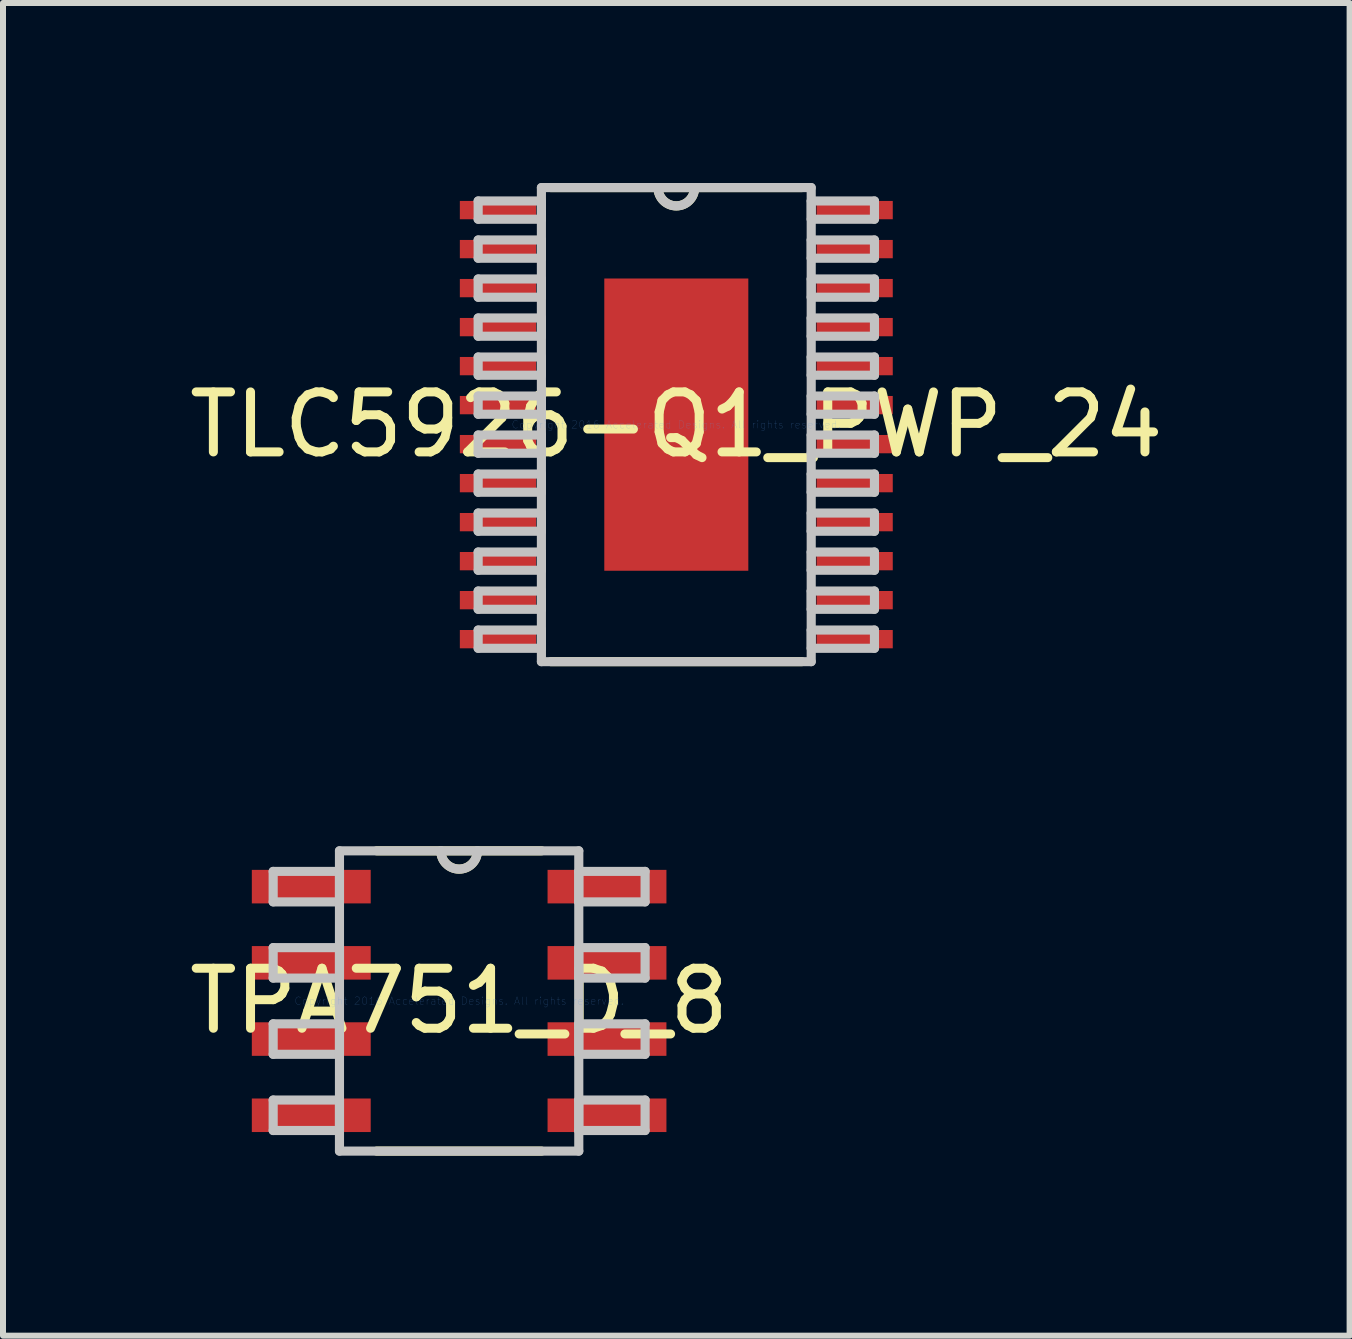
<source format=kicad_pcb>
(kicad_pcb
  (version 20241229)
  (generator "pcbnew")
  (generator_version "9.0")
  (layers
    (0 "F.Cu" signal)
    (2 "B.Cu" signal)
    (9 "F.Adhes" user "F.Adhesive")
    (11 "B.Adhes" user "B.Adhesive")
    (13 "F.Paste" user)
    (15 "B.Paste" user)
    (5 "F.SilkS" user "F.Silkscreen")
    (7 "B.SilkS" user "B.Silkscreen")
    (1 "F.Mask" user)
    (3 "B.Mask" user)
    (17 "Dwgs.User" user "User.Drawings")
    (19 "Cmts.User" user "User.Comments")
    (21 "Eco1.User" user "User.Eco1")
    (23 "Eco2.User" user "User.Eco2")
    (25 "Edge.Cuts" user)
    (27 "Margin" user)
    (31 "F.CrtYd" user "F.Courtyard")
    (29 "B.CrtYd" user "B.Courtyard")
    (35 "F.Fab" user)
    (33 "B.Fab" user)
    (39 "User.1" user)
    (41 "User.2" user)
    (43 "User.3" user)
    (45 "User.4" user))
  (footprint "TPA751_D_8"
    (layer "F.Cu")
    (at 4.601 13.63)
    (property "Reference" "TPA751_D_8" (at 0 0 0) (layer "F.SilkS") (effects (font (size 1 1) (thickness 0.15))))
    (attr through_hole)
    (fp_line (start -1.374 2.502) (end 1.374 2.502) (stroke (width 0.152) (type solid)) (layer "F.SilkS"))
    (fp_line (start 1.374 -2.502) (end -1.374 -2.502) (stroke (width 0.152) (type solid)) (layer "F.SilkS"))
    (fp_arc (start 0.3048 -2.5019) (mid 0 -2.1971) (end -0.3048 -2.5019) (stroke (width 0.1524) (type solid)) (layer "F.SilkS"))
    (fp_line (start -3.099 -2.159) (end -3.099 -1.651) (stroke (width 0.152) (type solid)) (layer "Dwgs.User"))
    (fp_line (start -3.099 -1.651) (end -1.994 -1.651) (stroke (width 0.152) (type solid)) (layer "Dwgs.User"))
    (fp_line (start -3.099 -0.889) (end -3.099 -0.381) (stroke (width 0.152) (type solid)) (layer "Dwgs.User"))
    (fp_line (start -3.099 -0.381) (end -1.994 -0.381) (stroke (width 0.152) (type solid)) (layer "Dwgs.User"))
    (fp_line (start -3.099 0.381) (end -3.099 0.889) (stroke (width 0.152) (type solid)) (layer "Dwgs.User"))
    (fp_line (start -3.099 0.889) (end -1.994 0.889) (stroke (width 0.152) (type solid)) (layer "Dwgs.User"))
    (fp_line (start -3.099 1.651) (end -3.099 2.159) (stroke (width 0.152) (type solid)) (layer "Dwgs.User"))
    (fp_line (start -3.099 2.159) (end -1.994 2.159) (stroke (width 0.152) (type solid)) (layer "Dwgs.User"))
    (fp_line (start -1.994 -2.502) (end -1.994 2.502) (stroke (width 0.152) (type solid)) (layer "Dwgs.User"))
    (fp_line (start -1.994 -2.159) (end -3.099 -2.159) (stroke (width 0.152) (type solid)) (layer "Dwgs.User"))
    (fp_line (start -1.994 -1.651) (end -1.994 -2.159) (stroke (width 0.152) (type solid)) (layer "Dwgs.User"))
    (fp_line (start -1.994 -0.889) (end -3.099 -0.889) (stroke (width 0.152) (type solid)) (layer "Dwgs.User"))
    (fp_line (start -1.994 -0.381) (end -1.994 -0.889) (stroke (width 0.152) (type solid)) (layer "Dwgs.User"))
    (fp_line (start -1.994 0.381) (end -3.099 0.381) (stroke (width 0.152) (type solid)) (layer "Dwgs.User"))
    (fp_line (start -1.994 0.889) (end -1.994 0.381) (stroke (width 0.152) (type solid)) (layer "Dwgs.User"))
    (fp_line (start -1.994 1.651) (end -3.099 1.651) (stroke (width 0.152) (type solid)) (layer "Dwgs.User"))
    (fp_line (start -1.994 2.159) (end -1.994 1.651) (stroke (width 0.152) (type solid)) (layer "Dwgs.User"))
    (fp_line (start -1.994 2.502) (end 1.994 2.502) (stroke (width 0.152) (type solid)) (layer "Dwgs.User"))
    (fp_line (start 1.994 -2.502) (end -1.994 -2.502) (stroke (width 0.152) (type solid)) (layer "Dwgs.User"))
    (fp_line (start 1.994 -2.159) (end 1.994 -1.651) (stroke (width 0.152) (type solid)) (layer "Dwgs.User"))
    (fp_line (start 1.994 -1.651) (end 3.099 -1.651) (stroke (width 0.152) (type solid)) (layer "Dwgs.User"))
    (fp_line (start 1.994 -0.889) (end 1.994 -0.381) (stroke (width 0.152) (type solid)) (layer "Dwgs.User"))
    (fp_line (start 1.994 -0.381) (end 3.099 -0.381) (stroke (width 0.152) (type solid)) (layer "Dwgs.User"))
    (fp_line (start 1.994 0.381) (end 1.994 0.889) (stroke (width 0.152) (type solid)) (layer "Dwgs.User"))
    (fp_line (start 1.994 0.889) (end 3.099 0.889) (stroke (width 0.152) (type solid)) (layer "Dwgs.User"))
    (fp_line (start 1.994 1.651) (end 1.994 2.159) (stroke (width 0.152) (type solid)) (layer "Dwgs.User"))
    (fp_line (start 1.994 2.159) (end 3.099 2.159) (stroke (width 0.152) (type solid)) (layer "Dwgs.User"))
    (fp_line (start 1.994 2.502) (end 1.994 -2.502) (stroke (width 0.152) (type solid)) (layer "Dwgs.User"))
    (fp_line (start 3.099 -2.159) (end 1.994 -2.159) (stroke (width 0.152) (type solid)) (layer "Dwgs.User"))
    (fp_line (start 3.099 -1.651) (end 3.099 -2.159) (stroke (width 0.152) (type solid)) (layer "Dwgs.User"))
    (fp_line (start 3.099 -0.889) (end 1.994 -0.889) (stroke (width 0.152) (type solid)) (layer "Dwgs.User"))
    (fp_line (start 3.099 -0.381) (end 3.099 -0.889) (stroke (width 0.152) (type solid)) (layer "Dwgs.User"))
    (fp_line (start 3.099 0.381) (end 1.994 0.381) (stroke (width 0.152) (type solid)) (layer "Dwgs.User"))
    (fp_line (start 3.099 0.889) (end 3.099 0.381) (stroke (width 0.152) (type solid)) (layer "Dwgs.User"))
    (fp_line (start 3.099 1.651) (end 1.994 1.651) (stroke (width 0.152) (type solid)) (layer "Dwgs.User"))
    (fp_line (start 3.099 2.159) (end 3.099 1.651) (stroke (width 0.152) (type solid)) (layer "Dwgs.User"))
    (fp_arc (start 0.3048 -2.5019) (mid 0 -2.1971) (end -0.3048 -2.5019) (stroke (width 0.1524) (type solid)) (layer "Dwgs.User"))
    (fp_text user "Copyright 2016 Accelerated Designs. All rights reserved." (at 0 0 0) (layer "Cmts.User") (effects (font (size 0.127 0.127) (thickness 0.002))))
    (pad "1" smd rect (at -2.464 -1.905) (size 1.981 0.559) (layers "F.Cu" "F.Mask" "F.Paste"))
    (pad "2" smd rect (at -2.464 -0.635) (size 1.981 0.559) (layers "F.Cu" "F.Mask" "F.Paste"))
    (pad "3" smd rect (at -2.464 0.635) (size 1.981 0.559) (layers "F.Cu" "F.Mask" "F.Paste"))
    (pad "4" smd rect (at -2.464 1.905) (size 1.981 0.559) (layers "F.Cu" "F.Mask" "F.Paste"))
    (pad "5" smd rect (at 2.464 1.905) (size 1.981 0.559) (layers "F.Cu" "F.Mask" "F.Paste"))
    (pad "6" smd rect (at 2.464 0.635) (size 1.981 0.559) (layers "F.Cu" "F.Mask" "F.Paste"))
    (pad "7" smd rect (at 2.464 -0.635) (size 1.981 0.559) (layers "F.Cu" "F.Mask" "F.Paste"))
    (pad "8" smd rect (at 2.464 -1.905) (size 1.981 0.559) (layers "F.Cu" "F.Mask" "F.Paste")))
  (footprint "TLC5926-Q1_PWP_24"
    (layer "F.Cu")
    (at 8.22 4.026)
    (property "Reference" "TLC5926-Q1_PWP_24" (at 0 0 0) (layer "F.SilkS") (effects (font (size 1 1) (thickness 0.15))))
    (attr through_hole)
    (fp_line (start -2.089 3.95) (end 2.089 3.95) (stroke (width 0.152) (type solid)) (layer "F.SilkS"))
    (fp_line (start 2.089 -3.95) (end -2.089 -3.95) (stroke (width 0.152) (type solid)) (layer "F.SilkS"))
    (fp_arc (start 0.3048 -3.9497) (mid 0 -3.6449) (end -0.3048 -3.9497) (stroke (width 0.1524) (type solid)) (layer "F.SilkS"))
    (fp_line (start -3.302 -3.727) (end -3.302 -3.423) (stroke (width 0.152) (type solid)) (layer "Dwgs.User"))
    (fp_line (start -3.302 -3.423) (end -2.248 -3.423) (stroke (width 0.152) (type solid)) (layer "Dwgs.User"))
    (fp_line (start -3.302 -3.077) (end -3.302 -2.773) (stroke (width 0.152) (type solid)) (layer "Dwgs.User"))
    (fp_line (start -3.302 -2.773) (end -2.248 -2.773) (stroke (width 0.152) (type solid)) (layer "Dwgs.User"))
    (fp_line (start -3.302 -2.427) (end -3.302 -2.123) (stroke (width 0.152) (type solid)) (layer "Dwgs.User"))
    (fp_line (start -3.302 -2.123) (end -2.248 -2.123) (stroke (width 0.152) (type solid)) (layer "Dwgs.User"))
    (fp_line (start -3.302 -1.777) (end -3.302 -1.473) (stroke (width 0.152) (type solid)) (layer "Dwgs.User"))
    (fp_line (start -3.302 -1.473) (end -2.248 -1.473) (stroke (width 0.152) (type solid)) (layer "Dwgs.User"))
    (fp_line (start -3.302 -1.127) (end -3.302 -0.823) (stroke (width 0.152) (type solid)) (layer "Dwgs.User"))
    (fp_line (start -3.302 -0.823) (end -2.248 -0.823) (stroke (width 0.152) (type solid)) (layer "Dwgs.User"))
    (fp_line (start -3.302 -0.477) (end -3.302 -0.173) (stroke (width 0.152) (type solid)) (layer "Dwgs.User"))
    (fp_line (start -3.302 -0.173) (end -2.248 -0.173) (stroke (width 0.152) (type solid)) (layer "Dwgs.User"))
    (fp_line (start -3.302 0.173) (end -3.302 0.477) (stroke (width 0.152) (type solid)) (layer "Dwgs.User"))
    (fp_line (start -3.302 0.477) (end -2.248 0.477) (stroke (width 0.152) (type solid)) (layer "Dwgs.User"))
    (fp_line (start -3.302 0.823) (end -3.302 1.127) (stroke (width 0.152) (type solid)) (layer "Dwgs.User"))
    (fp_line (start -3.302 1.127) (end -2.248 1.127) (stroke (width 0.152) (type solid)) (layer "Dwgs.User"))
    (fp_line (start -3.302 1.473) (end -3.302 1.777) (stroke (width 0.152) (type solid)) (layer "Dwgs.User"))
    (fp_line (start -3.302 1.777) (end -2.248 1.777) (stroke (width 0.152) (type solid)) (layer "Dwgs.User"))
    (fp_line (start -3.302 2.123) (end -3.302 2.427) (stroke (width 0.152) (type solid)) (layer "Dwgs.User"))
    (fp_line (start -3.302 2.427) (end -2.248 2.427) (stroke (width 0.152) (type solid)) (layer "Dwgs.User"))
    (fp_line (start -3.302 2.773) (end -3.302 3.077) (stroke (width 0.152) (type solid)) (layer "Dwgs.User"))
    (fp_line (start -3.302 3.077) (end -2.248 3.077) (stroke (width 0.152) (type solid)) (layer "Dwgs.User"))
    (fp_line (start -3.302 3.423) (end -3.302 3.727) (stroke (width 0.152) (type solid)) (layer "Dwgs.User"))
    (fp_line (start -3.302 3.727) (end -2.248 3.727) (stroke (width 0.152) (type solid)) (layer "Dwgs.User"))
    (fp_line (start -2.248 -3.95) (end -2.248 3.95) (stroke (width 0.152) (type solid)) (layer "Dwgs.User"))
    (fp_line (start -2.248 -3.727) (end -3.302 -3.727) (stroke (width 0.152) (type solid)) (layer "Dwgs.User"))
    (fp_line (start -2.248 -3.423) (end -2.248 -3.727) (stroke (width 0.152) (type solid)) (layer "Dwgs.User"))
    (fp_line (start -2.248 -3.077) (end -3.302 -3.077) (stroke (width 0.152) (type solid)) (layer "Dwgs.User"))
    (fp_line (start -2.248 -2.773) (end -2.248 -3.077) (stroke (width 0.152) (type solid)) (layer "Dwgs.User"))
    (fp_line (start -2.248 -2.427) (end -3.302 -2.427) (stroke (width 0.152) (type solid)) (layer "Dwgs.User"))
    (fp_line (start -2.248 -2.123) (end -2.248 -2.427) (stroke (width 0.152) (type solid)) (layer "Dwgs.User"))
    (fp_line (start -2.248 -1.777) (end -3.302 -1.777) (stroke (width 0.152) (type solid)) (layer "Dwgs.User"))
    (fp_line (start -2.248 -1.473) (end -2.248 -1.777) (stroke (width 0.152) (type solid)) (layer "Dwgs.User"))
    (fp_line (start -2.248 -1.127) (end -3.302 -1.127) (stroke (width 0.152) (type solid)) (layer "Dwgs.User"))
    (fp_line (start -2.248 -0.823) (end -2.248 -1.127) (stroke (width 0.152) (type solid)) (layer "Dwgs.User"))
    (fp_line (start -2.248 -0.477) (end -3.302 -0.477) (stroke (width 0.152) (type solid)) (layer "Dwgs.User"))
    (fp_line (start -2.248 -0.173) (end -2.248 -0.477) (stroke (width 0.152) (type solid)) (layer "Dwgs.User"))
    (fp_line (start -2.248 0.173) (end -3.302 0.173) (stroke (width 0.152) (type solid)) (layer "Dwgs.User"))
    (fp_line (start -2.248 0.477) (end -2.248 0.173) (stroke (width 0.152) (type solid)) (layer "Dwgs.User"))
    (fp_line (start -2.248 0.823) (end -3.302 0.823) (stroke (width 0.152) (type solid)) (layer "Dwgs.User"))
    (fp_line (start -2.248 1.127) (end -2.248 0.823) (stroke (width 0.152) (type solid)) (layer "Dwgs.User"))
    (fp_line (start -2.248 1.473) (end -3.302 1.473) (stroke (width 0.152) (type solid)) (layer "Dwgs.User"))
    (fp_line (start -2.248 1.777) (end -2.248 1.473) (stroke (width 0.152) (type solid)) (layer "Dwgs.User"))
    (fp_line (start -2.248 2.123) (end -3.302 2.123) (stroke (width 0.152) (type solid)) (layer "Dwgs.User"))
    (fp_line (start -2.248 2.427) (end -2.248 2.123) (stroke (width 0.152) (type solid)) (layer "Dwgs.User"))
    (fp_line (start -2.248 2.773) (end -3.302 2.773) (stroke (width 0.152) (type solid)) (layer "Dwgs.User"))
    (fp_line (start -2.248 3.077) (end -2.248 2.773) (stroke (width 0.152) (type solid)) (layer "Dwgs.User"))
    (fp_line (start -2.248 3.423) (end -3.302 3.423) (stroke (width 0.152) (type solid)) (layer "Dwgs.User"))
    (fp_line (start -2.248 3.727) (end -2.248 3.423) (stroke (width 0.152) (type solid)) (layer "Dwgs.User"))
    (fp_line (start -2.248 3.95) (end 2.248 3.95) (stroke (width 0.152) (type solid)) (layer "Dwgs.User"))
    (fp_line (start 2.248 -3.95) (end -2.248 -3.95) (stroke (width 0.152) (type solid)) (layer "Dwgs.User"))
    (fp_line (start 2.248 -3.727) (end 2.248 -3.423) (stroke (width 0.152) (type solid)) (layer "Dwgs.User"))
    (fp_line (start 2.248 -3.423) (end 3.302 -3.423) (stroke (width 0.152) (type solid)) (layer "Dwgs.User"))
    (fp_line (start 2.248 -3.077) (end 2.248 -2.773) (stroke (width 0.152) (type solid)) (layer "Dwgs.User"))
    (fp_line (start 2.248 -2.773) (end 3.302 -2.773) (stroke (width 0.152) (type solid)) (layer "Dwgs.User"))
    (fp_line (start 2.248 -2.427) (end 2.248 -2.123) (stroke (width 0.152) (type solid)) (layer "Dwgs.User"))
    (fp_line (start 2.248 -2.123) (end 3.302 -2.123) (stroke (width 0.152) (type solid)) (layer "Dwgs.User"))
    (fp_line (start 2.248 -1.777) (end 2.248 -1.473) (stroke (width 0.152) (type solid)) (layer "Dwgs.User"))
    (fp_line (start 2.248 -1.473) (end 3.302 -1.473) (stroke (width 0.152) (type solid)) (layer "Dwgs.User"))
    (fp_line (start 2.248 -1.127) (end 2.248 -0.823) (stroke (width 0.152) (type solid)) (layer "Dwgs.User"))
    (fp_line (start 2.248 -0.823) (end 3.302 -0.823) (stroke (width 0.152) (type solid)) (layer "Dwgs.User"))
    (fp_line (start 2.248 -0.477) (end 2.248 -0.173) (stroke (width 0.152) (type solid)) (layer "Dwgs.User"))
    (fp_line (start 2.248 -0.173) (end 3.302 -0.173) (stroke (width 0.152) (type solid)) (layer "Dwgs.User"))
    (fp_line (start 2.248 0.173) (end 2.248 0.477) (stroke (width 0.152) (type solid)) (layer "Dwgs.User"))
    (fp_line (start 2.248 0.477) (end 3.302 0.477) (stroke (width 0.152) (type solid)) (layer "Dwgs.User"))
    (fp_line (start 2.248 0.823) (end 2.248 1.127) (stroke (width 0.152) (type solid)) (layer "Dwgs.User"))
    (fp_line (start 2.248 1.127) (end 3.302 1.127) (stroke (width 0.152) (type solid)) (layer "Dwgs.User"))
    (fp_line (start 2.248 1.473) (end 2.248 1.777) (stroke (width 0.152) (type solid)) (layer "Dwgs.User"))
    (fp_line (start 2.248 1.777) (end 3.302 1.777) (stroke (width 0.152) (type solid)) (layer "Dwgs.User"))
    (fp_line (start 2.248 2.123) (end 2.248 2.427) (stroke (width 0.152) (type solid)) (layer "Dwgs.User"))
    (fp_line (start 2.248 2.427) (end 3.302 2.427) (stroke (width 0.152) (type solid)) (layer "Dwgs.User"))
    (fp_line (start 2.248 2.773) (end 2.248 3.077) (stroke (width 0.152) (type solid)) (layer "Dwgs.User"))
    (fp_line (start 2.248 3.077) (end 3.302 3.077) (stroke (width 0.152) (type solid)) (layer "Dwgs.User"))
    (fp_line (start 2.248 3.423) (end 2.248 3.727) (stroke (width 0.152) (type solid)) (layer "Dwgs.User"))
    (fp_line (start 2.248 3.727) (end 3.302 3.727) (stroke (width 0.152) (type solid)) (layer "Dwgs.User"))
    (fp_line (start 2.248 3.95) (end 2.248 -3.95) (stroke (width 0.152) (type solid)) (layer "Dwgs.User"))
    (fp_line (start 3.302 -3.727) (end 2.248 -3.727) (stroke (width 0.152) (type solid)) (layer "Dwgs.User"))
    (fp_line (start 3.302 -3.423) (end 3.302 -3.727) (stroke (width 0.152) (type solid)) (layer "Dwgs.User"))
    (fp_line (start 3.302 -3.077) (end 2.248 -3.077) (stroke (width 0.152) (type solid)) (layer "Dwgs.User"))
    (fp_line (start 3.302 -2.773) (end 3.302 -3.077) (stroke (width 0.152) (type solid)) (layer "Dwgs.User"))
    (fp_line (start 3.302 -2.427) (end 2.248 -2.427) (stroke (width 0.152) (type solid)) (layer "Dwgs.User"))
    (fp_line (start 3.302 -2.123) (end 3.302 -2.427) (stroke (width 0.152) (type solid)) (layer "Dwgs.User"))
    (fp_line (start 3.302 -1.777) (end 2.248 -1.777) (stroke (width 0.152) (type solid)) (layer "Dwgs.User"))
    (fp_line (start 3.302 -1.473) (end 3.302 -1.777) (stroke (width 0.152) (type solid)) (layer "Dwgs.User"))
    (fp_line (start 3.302 -1.127) (end 2.248 -1.127) (stroke (width 0.152) (type solid)) (layer "Dwgs.User"))
    (fp_line (start 3.302 -0.823) (end 3.302 -1.127) (stroke (width 0.152) (type solid)) (layer "Dwgs.User"))
    (fp_line (start 3.302 -0.477) (end 2.248 -0.477) (stroke (width 0.152) (type solid)) (layer "Dwgs.User"))
    (fp_line (start 3.302 -0.173) (end 3.302 -0.477) (stroke (width 0.152) (type solid)) (layer "Dwgs.User"))
    (fp_line (start 3.302 0.173) (end 2.248 0.173) (stroke (width 0.152) (type solid)) (layer "Dwgs.User"))
    (fp_line (start 3.302 0.477) (end 3.302 0.173) (stroke (width 0.152) (type solid)) (layer "Dwgs.User"))
    (fp_line (start 3.302 0.823) (end 2.248 0.823) (stroke (width 0.152) (type solid)) (layer "Dwgs.User"))
    (fp_line (start 3.302 1.127) (end 3.302 0.823) (stroke (width 0.152) (type solid)) (layer "Dwgs.User"))
    (fp_line (start 3.302 1.473) (end 2.248 1.473) (stroke (width 0.152) (type solid)) (layer "Dwgs.User"))
    (fp_line (start 3.302 1.777) (end 3.302 1.473) (stroke (width 0.152) (type solid)) (layer "Dwgs.User"))
    (fp_line (start 3.302 2.123) (end 2.248 2.123) (stroke (width 0.152) (type solid)) (layer "Dwgs.User"))
    (fp_line (start 3.302 2.427) (end 3.302 2.123) (stroke (width 0.152) (type solid)) (layer "Dwgs.User"))
    (fp_line (start 3.302 2.773) (end 2.248 2.773) (stroke (width 0.152) (type solid)) (layer "Dwgs.User"))
    (fp_line (start 3.302 3.077) (end 3.302 2.773) (stroke (width 0.152) (type solid)) (layer "Dwgs.User"))
    (fp_line (start 3.302 3.423) (end 2.248 3.423) (stroke (width 0.152) (type solid)) (layer "Dwgs.User"))
    (fp_line (start 3.302 3.727) (end 3.302 3.423) (stroke (width 0.152) (type solid)) (layer "Dwgs.User"))
    (fp_arc (start 0.3048 -3.9497) (mid 0 -3.6449) (end -0.3048 -3.9497) (stroke (width 0.1524) (type solid)) (layer "Dwgs.User"))
    (fp_text user "Copyright 2016 Accelerated Designs. All rights reserved." (at 0 0 0) (layer "Cmts.User") (effects (font (size 0.127 0.127) (thickness 0.002))))
    (pad "1" smd rect (at -2.972 -3.575) (size 1.27 0.305) (layers "F.Cu" "F.Mask" "F.Paste"))
    (pad "2" smd rect (at -2.972 -2.925) (size 1.27 0.305) (layers "F.Cu" "F.Mask" "F.Paste"))
    (pad "3" smd rect (at -2.972 -2.275) (size 1.27 0.305) (layers "F.Cu" "F.Mask" "F.Paste"))
    (pad "4" smd rect (at -2.972 -1.625) (size 1.27 0.305) (layers "F.Cu" "F.Mask" "F.Paste"))
    (pad "5" smd rect (at -2.972 -0.975) (size 1.27 0.305) (layers "F.Cu" "F.Mask" "F.Paste"))
    (pad "6" smd rect (at -2.972 -0.325) (size 1.27 0.305) (layers "F.Cu" "F.Mask" "F.Paste"))
    (pad "7" smd rect (at -2.972 0.325) (size 1.27 0.305) (layers "F.Cu" "F.Mask" "F.Paste"))
    (pad "8" smd rect (at -2.972 0.975) (size 1.27 0.305) (layers "F.Cu" "F.Mask" "F.Paste"))
    (pad "9" smd rect (at -2.972 1.625) (size 1.27 0.305) (layers "F.Cu" "F.Mask" "F.Paste"))
    (pad "10" smd rect (at -2.972 2.275) (size 1.27 0.305) (layers "F.Cu" "F.Mask" "F.Paste"))
    (pad "11" smd rect (at -2.972 2.925) (size 1.27 0.305) (layers "F.Cu" "F.Mask" "F.Paste"))
    (pad "12" smd rect (at -2.972 3.575) (size 1.27 0.305) (layers "F.Cu" "F.Mask" "F.Paste"))
    (pad "13" smd rect (at 2.972 3.575) (size 1.27 0.305) (layers "F.Cu" "F.Mask" "F.Paste"))
    (pad "14" smd rect (at 2.972 2.925) (size 1.27 0.305) (layers "F.Cu" "F.Mask" "F.Paste"))
    (pad "15" smd rect (at 2.972 2.275) (size 1.27 0.305) (layers "F.Cu" "F.Mask" "F.Paste"))
    (pad "16" smd rect (at 2.972 1.625) (size 1.27 0.305) (layers "F.Cu" "F.Mask" "F.Paste"))
    (pad "17" smd rect (at 2.972 0.975) (size 1.27 0.305) (layers "F.Cu" "F.Mask" "F.Paste"))
    (pad "18" smd rect (at 2.972 0.325) (size 1.27 0.305) (layers "F.Cu" "F.Mask" "F.Paste"))
    (pad "19" smd rect (at 2.972 -0.325) (size 1.27 0.305) (layers "F.Cu" "F.Mask" "F.Paste"))
    (pad "20" smd rect (at 2.972 -0.975) (size 1.27 0.305) (layers "F.Cu" "F.Mask" "F.Paste"))
    (pad "21" smd rect (at 2.972 -1.625) (size 1.27 0.305) (layers "F.Cu" "F.Mask" "F.Paste"))
    (pad "22" smd rect (at 2.972 -2.275) (size 1.27 0.305) (layers "F.Cu" "F.Mask" "F.Paste"))
    (pad "23" smd rect (at 2.972 -2.925) (size 1.27 0.305) (layers "F.Cu" "F.Mask" "F.Paste"))
    (pad "24" smd rect (at 2.972 -3.575) (size 1.27 0.305) (layers "F.Cu" "F.Mask" "F.Paste"))
    (pad "25" smd rect (at 0 0) (size 2.4 4.87) (layers "F.Cu" "F.Mask" "F.Paste")))
  (gr_rect
    (start -3 -3)
    (end 19.44 19.208)
    (stroke (width 0.1) (type default))
    (fill no)
    (layer "Edge.Cuts")))
</source>
